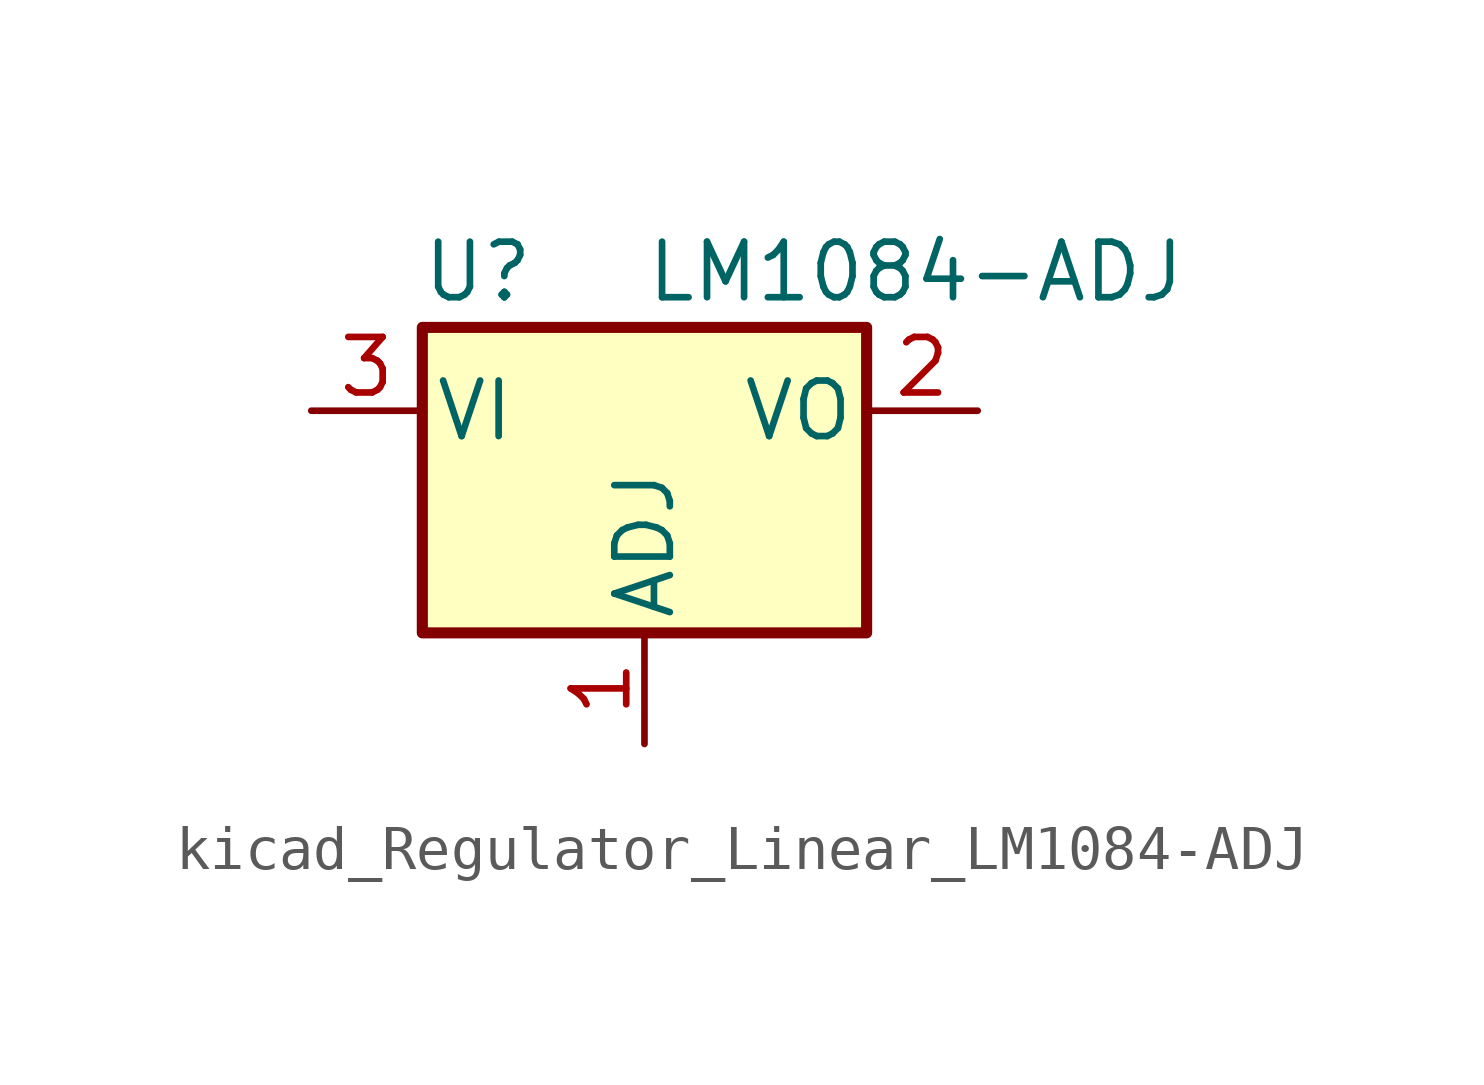
<source format=kicad_sym>
(kicad_symbol_lib
  (version 20220914)
  (generator kicad_symbol_editor)
  (symbol "kicad_Regulator_Linear_LM1084-ADJ"
    (pin_names
      (offset 0.254))
    (property "Reference" "U"
      (at -3.81 3.175 0)
      (effects (font (size 1.27 1.27))))
    (property "Value" "LM1084-ADJ"
      (at 0 3.175 0)
      (effects (font (size 1.27 1.27)) (justify left)))
    (symbol "kicad_Regulator_Linear_LM1084-ADJ_0_1"
      (rectangle (start -5.08 1.905) (end 5.08 -5.08) (stroke (width 0.254) (type default)) (fill (type background))))
    (symbol "kicad_Regulator_Linear_LM1084-ADJ_1_1"
      (pin input line (at 0 -7.62 90) (length 2.54) (name "ADJ" (effects (font (size 1.27 1.27)))) (number "1" (effects (font (size 1.27 1.27)))))
      (pin power_out line (at 7.62 0 180) (length 2.54) (name "VO" (effects (font (size 1.27 1.27)))) (number "2" (effects (font (size 1.27 1.27)))))
      (pin power_in line (at -7.62 0 0) (length 2.54) (name "VI" (effects (font (size 1.27 1.27)))) (number "3" (effects (font (size 1.27 1.27))))))))
</source>
